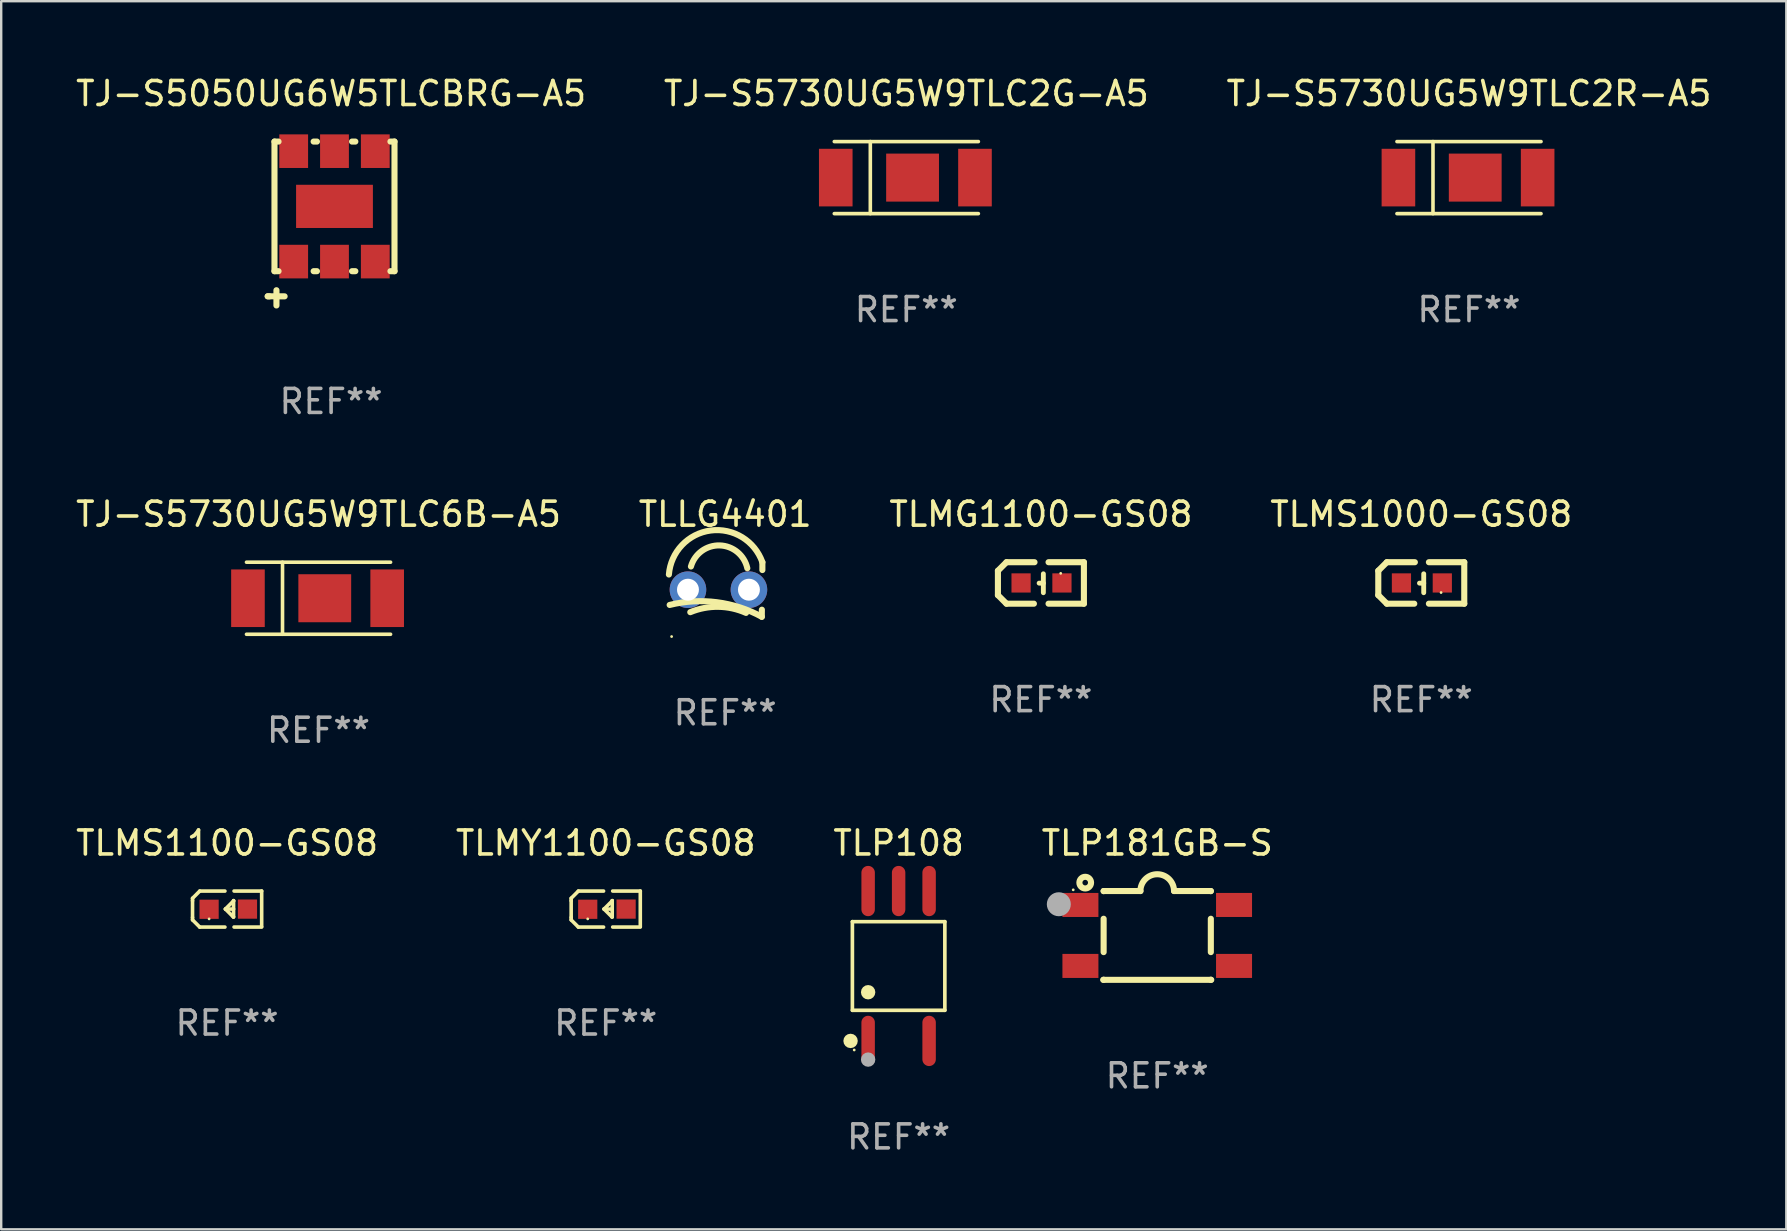
<source format=kicad_pcb>
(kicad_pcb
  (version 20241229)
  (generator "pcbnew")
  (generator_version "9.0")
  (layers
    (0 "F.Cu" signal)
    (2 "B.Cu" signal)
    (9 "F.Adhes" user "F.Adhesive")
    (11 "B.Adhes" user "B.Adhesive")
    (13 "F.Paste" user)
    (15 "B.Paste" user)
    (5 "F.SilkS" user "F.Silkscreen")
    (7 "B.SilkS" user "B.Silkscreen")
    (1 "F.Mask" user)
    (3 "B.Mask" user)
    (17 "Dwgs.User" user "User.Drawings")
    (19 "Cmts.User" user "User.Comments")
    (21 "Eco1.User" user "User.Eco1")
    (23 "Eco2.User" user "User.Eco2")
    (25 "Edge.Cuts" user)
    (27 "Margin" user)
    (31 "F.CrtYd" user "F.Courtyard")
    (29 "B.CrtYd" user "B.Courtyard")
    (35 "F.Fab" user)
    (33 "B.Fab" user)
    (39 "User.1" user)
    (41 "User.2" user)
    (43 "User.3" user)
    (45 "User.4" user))
  (footprint "TLMS1000-GS08"
    (layer "F.Cu")
    (at 56.161 21.236)
    (property "Reference" "TLMS1000-GS08" (at 0 -2.864 0) (layer "F.SilkS") (effects (font (size 1 1) (thickness 0.15))))
    (attr through_hole)
    (fp_line (start -1.791 -0.508) (end -1.435 -0.864) (stroke (width 0.254) (type solid)) (layer "F.SilkS"))
    (fp_line (start -1.791 0.508) (end -1.791 -0.508) (stroke (width 0.254) (type solid)) (layer "F.SilkS"))
    (fp_line (start -1.435 0.864) (end -1.791 0.508) (stroke (width 0.254) (type solid)) (layer "F.SilkS"))
    (fp_line (start -0.292 0.864) (end -1.435 0.864) (stroke (width 0.254) (type solid)) (layer "F.SilkS"))
    (fp_line (start -0.267 -0.864) (end -1.435 -0.864) (stroke (width 0.254) (type solid)) (layer "F.SilkS"))
    (fp_line (start 0.102 0.008) (end -0.074 0.008) (stroke (width 0.203) (type solid)) (layer "F.SilkS"))
    (fp_line (start 0.102 0.406) (end 0.102 -0.381) (stroke (width 0.203) (type solid)) (layer "F.SilkS"))
    (fp_line (start 1.791 -0.864) (end 0.318 -0.864) (stroke (width 0.254) (type solid)) (layer "F.SilkS"))
    (fp_line (start 1.791 0.864) (end 0.318 0.864) (stroke (width 0.254) (type solid)) (layer "F.SilkS"))
    (fp_line (start 1.791 0.864) (end 1.791 -0.864) (stroke (width 0.254) (type solid)) (layer "F.SilkS"))
    (fp_circle (center 0.825 0.4) (end 0.855 0.4) (stroke (width 0.06) (type solid)) (fill no) (layer "F.SilkS"))
    (fp_text user "REF**" (at 0 4.864 0) (layer "F.Fab") (effects (font (size 1 1) (thickness 0.15))))
    (pad "1" smd rect (at 0.876 0 90) (size 0.8 0.8) (layers "F.Cu" "F.Mask" "F.Paste"))
    (pad "2" smd rect (at -0.826 0 90) (size 0.8 0.8) (layers "F.Cu" "F.Mask" "F.Paste")))
  (footprint "TLMG1100-GS08"
    (layer "F.Cu")
    (at 40.315 21.236)
    (property "Reference" "TLMG1100-GS08" (at 0 -2.864 0) (layer "F.SilkS") (effects (font (size 1 1) (thickness 0.15))))
    (attr through_hole)
    (fp_line (start -1.791 -0.508) (end -1.435 -0.864) (stroke (width 0.254) (type solid)) (layer "F.SilkS"))
    (fp_line (start -1.791 0.508) (end -1.791 -0.508) (stroke (width 0.254) (type solid)) (layer "F.SilkS"))
    (fp_line (start -1.435 0.864) (end -1.791 0.508) (stroke (width 0.254) (type solid)) (layer "F.SilkS"))
    (fp_line (start -0.292 0.864) (end -1.435 0.864) (stroke (width 0.254) (type solid)) (layer "F.SilkS"))
    (fp_line (start -0.267 -0.864) (end -1.435 -0.864) (stroke (width 0.254) (type solid)) (layer "F.SilkS"))
    (fp_line (start 0.102 0.008) (end -0.074 0.008) (stroke (width 0.203) (type solid)) (layer "F.SilkS"))
    (fp_line (start 0.102 0.406) (end 0.102 -0.381) (stroke (width 0.203) (type solid)) (layer "F.SilkS"))
    (fp_line (start 1.791 -0.864) (end 0.318 -0.864) (stroke (width 0.254) (type solid)) (layer "F.SilkS"))
    (fp_line (start 1.791 0.864) (end 0.318 0.864) (stroke (width 0.254) (type solid)) (layer "F.SilkS"))
    (fp_line (start 1.791 0.864) (end 1.791 -0.864) (stroke (width 0.254) (type solid)) (layer "F.SilkS"))
    (fp_circle (center 0.825 -0.4) (end 0.855 -0.4) (stroke (width 0.06) (type solid)) (fill no) (layer "F.SilkS"))
    (fp_text user "REF**" (at 0 4.864 0) (layer "F.Fab") (effects (font (size 1 1) (thickness 0.15))))
    (pad "1" smd rect (at 0.876 0 90) (size 0.8 0.8) (layers "F.Cu" "F.Mask" "F.Paste"))
    (pad "2" smd rect (at -0.826 0 90) (size 0.8 0.8) (layers "F.Cu" "F.Mask" "F.Paste")))
  (footprint "TJ-S5730UG5W9TLC6B-A5"
    (layer "F.Cu")
    (at 10.22 21.873)
    (property "Reference" "TJ-S5730UG5W9TLC6B-A5" (at 0 -3.501 0) (layer "F.SilkS") (effects (font (size 1 1) (thickness 0.15))))
    (attr through_hole)
    (fp_line (start -1.5 -1.501) (end -1.5 1.501) (stroke (width 0.15) (type solid)) (layer "F.SilkS"))
    (fp_line (start 3.001 -1.501) (end -3.001 -1.501) (stroke (width 0.15) (type solid)) (layer "F.SilkS"))
    (fp_line (start 3.001 1.501) (end -3.001 1.501) (stroke (width 0.15) (type solid)) (layer "F.SilkS"))
    (fp_circle (center 2.81 -1.5) (end 2.84 -1.5) (stroke (width 0.06) (type solid)) (fill no) (layer "F.SilkS"))
    (fp_text user "REF**" (at 0 5.501 0) (layer "F.Fab") (effects (font (size 1 1) (thickness 0.15))))
    (pad "1" smd rect (at 2.86 0 270) (size 2.4 1.4) (layers "F.Cu" "F.Mask" "F.Paste"))
    (pad "2" smd rect (at -2.94 0 90) (size 2.4 1.4) (layers "F.Cu" "F.Mask" "F.Paste"))
    (pad "3" smd rect (at 0.26 0 180) (size 2.2 2) (layers "F.Cu" "F.Mask" "F.Paste")))
  (footprint "TLMY1100-GS08"
    (layer "F.Cu")
    (at 22.185 34.822)
    (property "Reference" "TLMY1100-GS08" (at 0 -2.751 0) (layer "F.SilkS") (effects (font (size 1 1) (thickness 0.15))))
    (attr through_hole)
    (fp_line (start -1.44 -0.449) (end -1.14 -0.749) (stroke (width 0.15) (type solid)) (layer "F.SilkS"))
    (fp_line (start -1.44 -0.349) (end -1.44 -0.449) (stroke (width 0.15) (type solid)) (layer "F.SilkS"))
    (fp_line (start -1.44 -0.349) (end -1.44 0.351) (stroke (width 0.15) (type solid)) (layer "F.SilkS"))
    (fp_line (start -1.44 0.351) (end -1.44 0.451) (stroke (width 0.15) (type solid)) (layer "F.SilkS"))
    (fp_line (start -1.44 0.451) (end -1.14 0.751) (stroke (width 0.15) (type solid)) (layer "F.SilkS"))
    (fp_line (start -0.09 -0.749) (end -1.14 -0.749) (stroke (width 0.15) (type solid)) (layer "F.SilkS"))
    (fp_line (start -0.09 0.751) (end -1.14 0.751) (stroke (width 0.15) (type solid)) (layer "F.SilkS"))
    (fp_line (start 0.26 0.329) (end -0.07 -0.001) (stroke (width 0.15) (type solid)) (layer "F.SilkS"))
    (fp_line (start 0.27 -0.351) (end 0.27 -0.341) (stroke (width 0.15) (type solid)) (layer "F.SilkS"))
    (fp_line (start 0.27 -0.351) (end 0.27 0.329) (stroke (width 0.15) (type solid)) (layer "F.SilkS"))
    (fp_line (start 0.27 -0.341) (end -0.07 -0.001) (stroke (width 0.15) (type solid)) (layer "F.SilkS"))
    (fp_line (start 0.27 -0.001) (end -0.07 -0.001) (stroke (width 0.15) (type solid)) (layer "F.SilkS"))
    (fp_line (start 0.27 0.329) (end 0.26 0.329) (stroke (width 0.15) (type solid)) (layer "F.SilkS"))
    (fp_line (start 0.29 -0.751) (end 1.44 -0.751) (stroke (width 0.15) (type solid)) (layer "F.SilkS"))
    (fp_line (start 0.29 0.749) (end 1.44 0.749) (stroke (width 0.15) (type solid)) (layer "F.SilkS"))
    (fp_line (start 1.44 -0.751) (end 1.44 0.729) (stroke (width 0.15) (type solid)) (layer "F.SilkS"))
    (fp_circle (center -0.75 0.409) (end -0.72 0.409) (stroke (width 0.06) (type solid)) (fill no) (layer "F.SilkS"))
    (fp_text user "REF**" (at 0 4.751 0) (layer "F.Fab") (effects (font (size 1 1) (thickness 0.15))))
    (pad "1" smd rect (at -0.75 0.009 90) (size 0.8 0.8) (layers "F.Cu" "F.Mask" "F.Paste"))
    (pad "2" smd rect (at 0.849 0.002 90) (size 0.8 0.8) (layers "F.Cu" "F.Mask" "F.Paste")))
  (footprint "TJ-S5730UG5W9TLC2G-A5"
    (layer "F.Cu")
    (at 34.708 4.349)
    (property "Reference" "TJ-S5730UG5W9TLC2G-A5" (at 0 -3.501 0) (layer "F.SilkS") (effects (font (size 1 1) (thickness 0.15))))
    (attr through_hole)
    (fp_line (start -1.5 -1.501) (end -1.5 1.501) (stroke (width 0.15) (type solid)) (layer "F.SilkS"))
    (fp_line (start 3.001 -1.501) (end -3.001 -1.501) (stroke (width 0.15) (type solid)) (layer "F.SilkS"))
    (fp_line (start 3.001 1.501) (end -3.001 1.501) (stroke (width 0.15) (type solid)) (layer "F.SilkS"))
    (fp_circle (center 2.81 -1.5) (end 2.84 -1.5) (stroke (width 0.06) (type solid)) (fill no) (layer "F.SilkS"))
    (fp_text user "REF**" (at 0 5.501 0) (layer "F.Fab") (effects (font (size 1 1) (thickness 0.15))))
    (pad "1" smd rect (at 2.86 0 270) (size 2.4 1.4) (layers "F.Cu" "F.Mask" "F.Paste"))
    (pad "2" smd rect (at -2.94 0 90) (size 2.4 1.4) (layers "F.Cu" "F.Mask" "F.Paste"))
    (pad "3" smd rect (at 0.26 0 180) (size 2.2 2) (layers "F.Cu" "F.Mask" "F.Paste")))
  (footprint "TLP108"
    (layer "F.Cu")
    (at 34.387 37.193)
    (property "Reference" "TLP108" (at 0 -5.122 0) (layer "F.SilkS") (effects (font (size 1 1) (thickness 0.15))))
    (attr through_hole)
    (fp_line (start -1.926 -1.846) (end 1.926 -1.846) (stroke (width 0.152) (type solid)) (layer "F.SilkS"))
    (fp_line (start -1.926 1.846) (end -1.926 -1.846) (stroke (width 0.152) (type solid)) (layer "F.SilkS"))
    (fp_line (start 1.926 -1.846) (end 1.926 1.846) (stroke (width 0.152) (type solid)) (layer "F.SilkS"))
    (fp_line (start 1.926 1.846) (end -1.926 1.846) (stroke (width 0.152) (type solid)) (layer "F.SilkS"))
    (fp_circle (center -2.002 3.122) (end -1.852 3.122) (stroke (width 0.3) (type solid)) (fill no) (layer "F.SilkS"))
    (fp_circle (center -1.85 3.5) (end -1.82 3.5) (stroke (width 0.06) (type solid)) (fill no) (layer "F.SilkS"))
    (fp_circle (center -1.27 1.094) (end -1.12 1.094) (stroke (width 0.3) (type solid)) (fill no) (layer "F.SilkS"))
    (fp_circle (center -1.27 3.9) (end -1.12 3.9) (stroke (width 0.3) (type solid)) (fill no) (layer "F.Fab"))
    (fp_text user "REF**" (at 0 7.122 0) (layer "F.Fab") (effects (font (size 1 1) (thickness 0.15))))
    (pad "1" smd oval (at -1.27 3.122) (size 0.56 2.095) (layers "F.Cu" "F.Mask" "F.Paste"))
    (pad "3" smd oval (at 1.27 3.122) (size 0.56 2.095) (layers "F.Cu" "F.Mask" "F.Paste"))
    (pad "4" smd oval (at 1.27 -3.122) (size 0.56 2.095) (layers "F.Cu" "F.Mask" "F.Paste"))
    (pad "5" smd oval (at 0 -3.122) (size 0.56 2.095) (layers "F.Cu" "F.Mask" "F.Paste"))
    (pad "6" smd oval (at -1.27 -3.122) (size 0.56 2.095) (layers "F.Cu" "F.Mask" "F.Paste")))
  (footprint "TJ-S5730UG5W9TLC2R-A5"
    (layer "F.Cu")
    (at 58.149 4.349)
    (property "Reference" "TJ-S5730UG5W9TLC2R-A5" (at 0 -3.501 0) (layer "F.SilkS") (effects (font (size 1 1) (thickness 0.15))))
    (attr through_hole)
    (fp_line (start -1.5 -1.501) (end -1.5 1.501) (stroke (width 0.15) (type solid)) (layer "F.SilkS"))
    (fp_line (start 3.001 -1.501) (end -3.001 -1.501) (stroke (width 0.15) (type solid)) (layer "F.SilkS"))
    (fp_line (start 3.001 1.501) (end -3.001 1.501) (stroke (width 0.15) (type solid)) (layer "F.SilkS"))
    (fp_circle (center 2.81 -1.5) (end 2.84 -1.5) (stroke (width 0.06) (type solid)) (fill no) (layer "F.SilkS"))
    (fp_text user "REF**" (at 0 5.501 0) (layer "F.Fab") (effects (font (size 1 1) (thickness 0.15))))
    (pad "1" smd rect (at 2.86 0 270) (size 2.4 1.4) (layers "F.Cu" "F.Mask" "F.Paste"))
    (pad "2" smd rect (at -2.94 0 90) (size 2.4 1.4) (layers "F.Cu" "F.Mask" "F.Paste"))
    (pad "3" smd rect (at 0.26 0 180) (size 2.2 2) (layers "F.Cu" "F.Mask" "F.Paste")))
  (footprint "TJ-S5050UG6W5TLCBRG-A5"
    (layer "F.Cu")
    (at 10.744 6.262)
    (property "Reference" "TJ-S5050UG6W5TLCBRG-A5" (at 0 -5.414 0) (layer "F.SilkS") (effects (font (size 1 1) (thickness 0.15))))
    (attr through_hole)
    (fp_line (start -2.641 3.032) (end -2.572 3.034) (stroke (width 0.254) (type solid)) (layer "F.SilkS"))
    (fp_line (start -2.359 -3.414) (end -2.19 -3.414) (stroke (width 0.254) (type solid)) (layer "F.SilkS"))
    (fp_line (start -2.359 1.986) (end -2.359 -3.414) (stroke (width 0.254) (type solid)) (layer "F.SilkS"))
    (fp_line (start -2.359 1.986) (end -2.19 1.986) (stroke (width 0.254) (type solid)) (layer "F.SilkS"))
    (fp_line (start -2.277 2.779) (end -2.277 3.414) (stroke (width 0.254) (type solid)) (layer "F.SilkS"))
    (fp_line (start -1.937 3.034) (end -2.641 3.032) (stroke (width 0.254) (type solid)) (layer "F.SilkS"))
    (fp_line (start -0.728 -3.414) (end -0.59 -3.414) (stroke (width 0.254) (type solid)) (layer "F.SilkS"))
    (fp_line (start -0.728 1.986) (end -0.59 1.986) (stroke (width 0.254) (type solid)) (layer "F.SilkS"))
    (fp_line (start 0.872 -3.414) (end 1.01 -3.414) (stroke (width 0.254) (type solid)) (layer "F.SilkS"))
    (fp_line (start 0.872 1.986) (end 1.01 1.986) (stroke (width 0.254) (type solid)) (layer "F.SilkS"))
    (fp_line (start 2.472 -3.414) (end 2.641 -3.414) (stroke (width 0.254) (type solid)) (layer "F.SilkS"))
    (fp_line (start 2.472 1.986) (end 2.641 1.986) (stroke (width 0.254) (type solid)) (layer "F.SilkS"))
    (fp_line (start 2.641 1.986) (end 2.641 -3.414) (stroke (width 0.254) (type solid)) (layer "F.SilkS"))
    (fp_circle (center 2.641 -3.214) (end 2.671 -3.214) (stroke (width 0.06) (type solid)) (fill no) (layer "F.SilkS"))
    (fp_text user "REF**" (at 0 7.414 0) (layer "F.Fab") (effects (font (size 1 1) (thickness 0.15))))
    (pad "1" smd rect (at 1.841 -3.014 90) (size 1.4 1.2) (layers "F.Cu" "F.Mask" "F.Paste"))
    (pad "2" smd rect (at 0.141 -3.014 90) (size 1.4 1.2) (layers "F.Cu" "F.Mask" "F.Paste"))
    (pad "3" smd rect (at -1.559 -3.014 90) (size 1.4 1.2) (layers "F.Cu" "F.Mask" "F.Paste"))
    (pad "4" smd rect (at -1.559 1.586 90) (size 1.4 1.2) (layers "F.Cu" "F.Mask" "F.Paste"))
    (pad "5" smd rect (at 0.141 1.586 90) (size 1.4 1.2) (layers "F.Cu" "F.Mask" "F.Paste"))
    (pad "6" smd rect (at 1.841 1.586 90) (size 1.4 1.2) (layers "F.Cu" "F.Mask" "F.Paste"))
    (pad "7" smd rect (at 0.141 -0.714 180) (size 3.2 1.8) (layers "F.Cu" "F.Mask" "F.Paste")))
  (footprint "TLLG4401"
    (layer "F.Cu")
    (at 27.161 21.509)
    (property "Reference" "TLLG4401" (at 0 -3.137 0) (layer "F.SilkS") (effects (font (size 1 1) (thickness 0.15))))
    (attr through_hole)
    (fp_line (start 1.529 0.842) (end 1.525 1.137) (stroke (width 0.254) (type solid)) (layer "F.SilkS"))
    (fp_line (start 1.55 -1.137) (end 1.55 -0.811) (stroke (width 0.254) (type solid)) (layer "F.SilkS"))
    (fp_arc (start -2.344336 -0.624664) (mid -0.604362 -2.457931) (end 1.550229 -1.136525) (stroke (width 0.254001) (type solid)) (layer "F.SilkS"))
    (fp_arc (start -2.31223 0.643358) (mid -0.347208 0.529557) (end 1.525184 1.136526) (stroke (width 0.254001) (type solid)) (layer "F.SilkS"))
    (fp_arc (start -1.45348 0.944425) (mid -0.289454 0.72139) (end 0.868415 0.974448) (stroke (width 0.254001) (type solid)) (layer "F.SilkS"))
    (fp_arc (start -1.426174 -0.958548) (mid -0.223791 -1.836179) (end 0.922695 -0.88669) (stroke (width 0.254001) (type solid)) (layer "F.SilkS"))
    (fp_circle (center -2.231 1.96) (end -2.201 1.96) (stroke (width 0.06) (type solid)) (fill no) (layer "F.SilkS"))
    (fp_text user "REF**" (at 0 5.137 0) (layer "F.Fab") (effects (font (size 1 1) (thickness 0.15))))
    (pad "1" thru_hole circle (at -1.55 0.008) (size 1.524 1.524) (drill 0.914) (layers "*.Cu" "*.Mask"))
    (pad "2" thru_hole circle (at 0.99 0.008) (size 1.524 1.524) (drill 0.914) (layers "*.Cu" "*.Mask")))
  (footprint "TLMS1100-GS08"
    (layer "F.Cu")
    (at 6.411 34.822)
    (property "Reference" "TLMS1100-GS08" (at 0 -2.751 0) (layer "F.SilkS") (effects (font (size 1 1) (thickness 0.15))))
    (attr through_hole)
    (fp_line (start -1.44 -0.449) (end -1.14 -0.749) (stroke (width 0.15) (type solid)) (layer "F.SilkS"))
    (fp_line (start -1.44 -0.349) (end -1.44 -0.449) (stroke (width 0.15) (type solid)) (layer "F.SilkS"))
    (fp_line (start -1.44 -0.349) (end -1.44 0.351) (stroke (width 0.15) (type solid)) (layer "F.SilkS"))
    (fp_line (start -1.44 0.351) (end -1.44 0.451) (stroke (width 0.15) (type solid)) (layer "F.SilkS"))
    (fp_line (start -1.44 0.451) (end -1.14 0.751) (stroke (width 0.15) (type solid)) (layer "F.SilkS"))
    (fp_line (start -0.09 -0.749) (end -1.14 -0.749) (stroke (width 0.15) (type solid)) (layer "F.SilkS"))
    (fp_line (start -0.09 0.751) (end -1.14 0.751) (stroke (width 0.15) (type solid)) (layer "F.SilkS"))
    (fp_line (start 0.26 0.329) (end -0.07 -0.001) (stroke (width 0.15) (type solid)) (layer "F.SilkS"))
    (fp_line (start 0.27 -0.351) (end 0.27 -0.341) (stroke (width 0.15) (type solid)) (layer "F.SilkS"))
    (fp_line (start 0.27 -0.351) (end 0.27 0.329) (stroke (width 0.15) (type solid)) (layer "F.SilkS"))
    (fp_line (start 0.27 -0.341) (end -0.07 -0.001) (stroke (width 0.15) (type solid)) (layer "F.SilkS"))
    (fp_line (start 0.27 -0.001) (end -0.07 -0.001) (stroke (width 0.15) (type solid)) (layer "F.SilkS"))
    (fp_line (start 0.27 0.329) (end 0.26 0.329) (stroke (width 0.15) (type solid)) (layer "F.SilkS"))
    (fp_line (start 0.29 -0.751) (end 1.44 -0.751) (stroke (width 0.15) (type solid)) (layer "F.SilkS"))
    (fp_line (start 0.29 0.749) (end 1.44 0.749) (stroke (width 0.15) (type solid)) (layer "F.SilkS"))
    (fp_line (start 1.44 -0.751) (end 1.44 0.729) (stroke (width 0.15) (type solid)) (layer "F.SilkS"))
    (fp_circle (center -0.75 0.409) (end -0.72 0.409) (stroke (width 0.06) (type solid)) (fill no) (layer "F.SilkS"))
    (fp_text user "REF**" (at 0 4.751 0) (layer "F.Fab") (effects (font (size 1 1) (thickness 0.15))))
    (pad "1" smd rect (at -0.75 0.009 90) (size 0.8 0.8) (layers "F.Cu" "F.Mask" "F.Paste"))
    (pad "2" smd rect (at 0.849 0.002 90) (size 0.8 0.8) (layers "F.Cu" "F.Mask" "F.Paste")))
  (footprint "TLP181GB-S"
    (layer "F.Cu")
    (at 45.161 35.921)
    (property "Reference" "TLP181GB-S" (at 0 -3.85 0) (layer "F.SilkS") (effects (font (size 1 1) (thickness 0.15))))
    (attr through_hole)
    (fp_line (start -2.233 -1.85) (end -2.233 -1.845) (stroke (width 0.254) (type solid)) (layer "F.SilkS"))
    (fp_line (start -2.233 -1.85) (end -0.7 -1.85) (stroke (width 0.254) (type solid)) (layer "F.SilkS"))
    (fp_line (start -2.233 -0.695) (end -2.233 0.695) (stroke (width 0.254) (type solid)) (layer "F.SilkS"))
    (fp_line (start -2.233 1.845) (end -2.233 1.85) (stroke (width 0.254) (type solid)) (layer "F.SilkS"))
    (fp_line (start 2.233 -1.85) (end 0.7 -1.85) (stroke (width 0.254) (type solid)) (layer "F.SilkS"))
    (fp_line (start 2.233 -1.85) (end 2.233 -1.845) (stroke (width 0.254) (type solid)) (layer "F.SilkS"))
    (fp_line (start 2.233 -0.695) (end 2.233 0.695) (stroke (width 0.254) (type solid)) (layer "F.SilkS"))
    (fp_line (start 2.233 1.845) (end 2.233 1.85) (stroke (width 0.254) (type solid)) (layer "F.SilkS"))
    (fp_line (start 2.25 1.85) (end -2.25 1.85) (stroke (width 0.254) (type solid)) (layer "F.SilkS"))
    (fp_arc (start -0.700711 -1.848868) (mid -0.00089 -2.549251) (end 0.700076 -1.850013) (stroke (width 0.254001) (type solid)) (layer "F.SilkS"))
    (fp_circle (center -3.5 -1.9) (end -3.47 -1.9) (stroke (width 0.06) (type solid)) (fill no) (layer "F.SilkS"))
    (fp_circle (center -3 -2.2) (end -2.884 -2.2) (stroke (width 0.254) (type solid)) (fill no) (layer "F.SilkS"))
    (fp_circle (center -4.1 -1.3) (end -3.85 -1.3) (stroke (width 0.5) (type solid)) (fill no) (layer "F.Fab"))
    (fp_text user "REF**" (at 0 5.85 0) (layer "F.Fab") (effects (font (size 1 1) (thickness 0.15))))
    (pad "1" smd rect (at -3.2 -1.27) (size 1.5 1.001) (layers "F.Cu" "F.Mask" "F.Paste"))
    (pad "3" smd rect (at -3.2 1.27) (size 1.5 1.001) (layers "F.Cu" "F.Mask" "F.Paste"))
    (pad "4" smd rect (at 3.2 1.27) (size 1.5 1.001) (layers "F.Cu" "F.Mask" "F.Paste"))
    (pad "6" smd rect (at 3.2 -1.27) (size 1.5 1.001) (layers "F.Cu" "F.Mask" "F.Paste")))
  (gr_rect
    (start -3 -3)
    (end 71.369 48.164)
    (stroke (width 0.1) (type default))
    (fill no)
    (layer "Edge.Cuts")))
</source>
